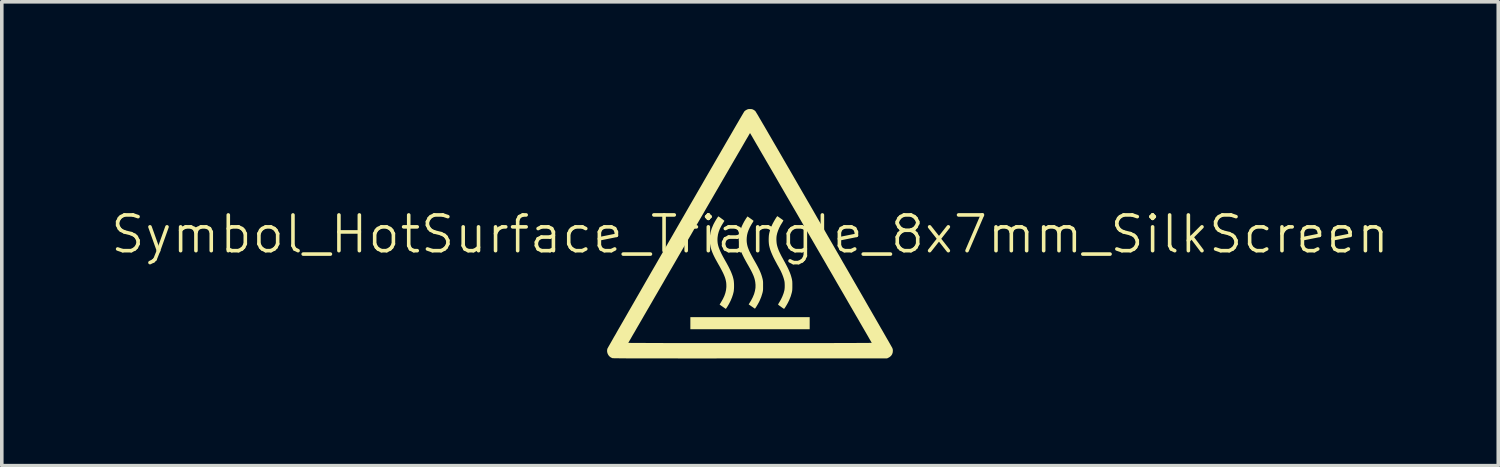
<source format=kicad_pcb>
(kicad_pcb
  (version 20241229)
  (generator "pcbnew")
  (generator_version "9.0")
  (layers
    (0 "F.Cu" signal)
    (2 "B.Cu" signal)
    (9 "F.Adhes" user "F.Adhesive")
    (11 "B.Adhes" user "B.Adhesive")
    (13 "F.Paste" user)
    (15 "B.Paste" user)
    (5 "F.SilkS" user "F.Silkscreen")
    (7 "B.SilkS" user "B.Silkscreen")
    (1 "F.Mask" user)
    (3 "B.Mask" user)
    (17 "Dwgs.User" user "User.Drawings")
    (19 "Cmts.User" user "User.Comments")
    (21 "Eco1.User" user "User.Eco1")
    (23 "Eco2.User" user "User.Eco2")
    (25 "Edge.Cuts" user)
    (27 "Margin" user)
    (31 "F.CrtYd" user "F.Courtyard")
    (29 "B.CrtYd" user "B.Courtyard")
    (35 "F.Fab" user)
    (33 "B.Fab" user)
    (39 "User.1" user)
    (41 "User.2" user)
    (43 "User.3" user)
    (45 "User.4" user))
  (footprint "Symbol_HotSurface_Triangle_8x7mm_SilkScreen"
    (layer "F.Cu")
    (at 17.931 4.005)
    (property "Reference" "Symbol_HotSurface_Triangle_8x7mm_SilkScreen" (at 0 -0.5 0) (unlocked yes) (layer "F.SilkS") (effects (font (size 1 1) (thickness 0.1))))
    (fp_poly (pts (xy 1.669 1.986) (xy 1.669 2.155) (xy 0 2.155) (xy -1.669 2.155) (xy -1.669 1.986) (xy -1.669 1.817) (xy 0 1.817) (xy 1.669 1.817)) (stroke (width 0) (type solid)) (fill yes) (layer "F.SilkS"))
    (fp_poly (pts (xy -0.879 -0.998) (xy -0.864 -0.989) (xy -0.844 -0.975) (xy -0.82 -0.958) (xy -0.795 -0.939) (xy -0.77 -0.921) (xy -0.748 -0.904) (xy -0.731 -0.89) (xy -0.72 -0.88) (xy -0.717 -0.877) (xy -0.721 -0.869) (xy -0.73 -0.854) (xy -0.743 -0.834) (xy -0.752 -0.819) (xy -0.804 -0.733) (xy -0.845 -0.651) (xy -0.876 -0.571) (xy -0.897 -0.491) (xy -0.908 -0.412) (xy -0.91 -0.383) (xy -0.911 -0.334) (xy -0.908 -0.285) (xy -0.902 -0.237) (xy -0.891 -0.187) (xy -0.875 -0.134) (xy -0.854 -0.078) (xy -0.827 -0.017) (xy -0.795 0.051) (xy -0.756 0.125) (xy -0.71 0.208) (xy -0.691 0.241) (xy -0.641 0.331) (xy -0.598 0.411) (xy -0.562 0.484) (xy -0.531 0.551) (xy -0.506 0.614) (xy -0.485 0.672) (xy -0.469 0.729) (xy -0.458 0.777) (xy -0.453 0.816) (xy -0.449 0.864) (xy -0.447 0.917) (xy -0.447 0.972) (xy -0.449 1.025) (xy -0.453 1.072) (xy -0.458 1.107) (xy -0.477 1.183) (xy -0.504 1.264) (xy -0.537 1.344) (xy -0.549 1.37) (xy -0.568 1.407) (xy -0.588 1.446) (xy -0.61 1.484) (xy -0.631 1.519) (xy -0.65 1.549) (xy -0.665 1.571) (xy -0.667 1.573) (xy -0.678 1.586) (xy -0.764 1.526) (xy -0.793 1.506) (xy -0.817 1.489) (xy -0.836 1.475) (xy -0.847 1.467) (xy -0.85 1.464) (xy -0.847 1.458) (xy -0.838 1.444) (xy -0.826 1.424) (xy -0.812 1.401) (xy -0.76 1.311) (xy -0.719 1.225) (xy -0.69 1.141) (xy -0.671 1.058) (xy -0.662 0.975) (xy -0.662 0.942) (xy -0.663 0.894) (xy -0.667 0.848) (xy -0.675 0.803) (xy -0.686 0.756) (xy -0.701 0.707) (xy -0.721 0.655) (xy -0.746 0.598) (xy -0.777 0.535) (xy -0.813 0.466) (xy -0.856 0.387) (xy -0.884 0.339) (xy -0.929 0.258) (xy -0.969 0.186) (xy -1.002 0.121) (xy -1.03 0.063) (xy -1.053 0.009) (xy -1.072 -0.042) (xy -1.088 -0.091) (xy -1.101 -0.139) (xy -1.103 -0.147) (xy -1.122 -0.25) (xy -1.128 -0.354) (xy -1.121 -0.457) (xy -1.103 -0.56) (xy -1.072 -0.664) (xy -1.028 -0.768) (xy -1.017 -0.791) (xy -1.001 -0.82) (xy -0.984 -0.852) (xy -0.965 -0.884) (xy -0.946 -0.916) (xy -0.927 -0.945) (xy -0.911 -0.97) (xy -0.898 -0.989) (xy -0.889 -1) (xy -0.886 -1.002)) (stroke (width 0) (type solid)) (fill yes) (layer "F.SilkS"))
    (fp_poly (pts (xy 0.013 -0.942) (xy 0.041 -0.922) (xy 0.066 -0.904) (xy 0.084 -0.889) (xy 0.096 -0.88) (xy 0.099 -0.877) (xy 0.096 -0.87) (xy 0.088 -0.855) (xy 0.076 -0.834) (xy 0.062 -0.813) (xy 0.043 -0.782) (xy 0.022 -0.745) (xy 0.001 -0.707) (xy -0.01 -0.686) (xy -0.042 -0.614) (xy -0.066 -0.546) (xy -0.082 -0.481) (xy -0.091 -0.415) (xy -0.094 -0.353) (xy -0.093 -0.307) (xy -0.089 -0.262) (xy -0.082 -0.219) (xy -0.072 -0.174) (xy -0.058 -0.128) (xy -0.039 -0.078) (xy -0.016 -0.024) (xy 0.013 0.035) (xy 0.048 0.102) (xy 0.088 0.176) (xy 0.131 0.251) (xy 0.177 0.332) (xy 0.216 0.404) (xy 0.249 0.469) (xy 0.277 0.529) (xy 0.3 0.584) (xy 0.319 0.636) (xy 0.335 0.687) (xy 0.349 0.738) (xy 0.349 0.739) (xy 0.355 0.763) (xy 0.359 0.785) (xy 0.362 0.806) (xy 0.364 0.829) (xy 0.365 0.857) (xy 0.365 0.893) (xy 0.365 0.938) (xy 0.365 0.939) (xy 0.365 0.984) (xy 0.365 1.019) (xy 0.364 1.046) (xy 0.362 1.069) (xy 0.359 1.089) (xy 0.355 1.109) (xy 0.35 1.131) (xy 0.349 1.137) (xy 0.314 1.25) (xy 0.269 1.358) (xy 0.25 1.397) (xy 0.235 1.424) (xy 0.218 1.455) (xy 0.2 1.485) (xy 0.182 1.515) (xy 0.166 1.541) (xy 0.152 1.561) (xy 0.142 1.575) (xy 0.138 1.579) (xy 0.132 1.576) (xy 0.117 1.567) (xy 0.096 1.552) (xy 0.07 1.534) (xy 0.048 1.519) (xy -0.038 1.459) (xy -0.027 1.443) (xy 0.031 1.348) (xy 0.078 1.257) (xy 0.114 1.169) (xy 0.138 1.083) (xy 0.152 0.999) (xy 0.154 0.916) (xy 0.146 0.833) (xy 0.135 0.776) (xy 0.125 0.738) (xy 0.113 0.701) (xy 0.099 0.662) (xy 0.081 0.621) (xy 0.06 0.575) (xy 0.035 0.525) (xy 0.004 0.467) (xy -0.032 0.402) (xy -0.074 0.328) (xy -0.075 0.327) (xy -0.118 0.25) (xy -0.155 0.182) (xy -0.186 0.121) (xy -0.213 0.066) (xy -0.235 0.016) (xy -0.253 -0.031) (xy -0.268 -0.076) (xy -0.281 -0.122) (xy -0.284 -0.134) (xy -0.303 -0.234) (xy -0.312 -0.333) (xy -0.309 -0.43) (xy -0.294 -0.526) (xy -0.268 -0.624) (xy -0.23 -0.724) (xy -0.21 -0.767) (xy -0.186 -0.815) (xy -0.159 -0.865) (xy -0.13 -0.913) (xy -0.103 -0.956) (xy -0.089 -0.975) (xy -0.07 -1.001)) (stroke (width 0) (type solid)) (fill yes) (layer "F.SilkS"))
    (fp_poly (pts (xy 0.77 -1.005) (xy 0.784 -0.995) (xy 0.804 -0.982) (xy 0.828 -0.965) (xy 0.853 -0.947) (xy 0.879 -0.93) (xy 0.901 -0.913) (xy 0.919 -0.9) (xy 0.931 -0.891) (xy 0.933 -0.89) (xy 0.931 -0.883) (xy 0.924 -0.869) (xy 0.912 -0.848) (xy 0.897 -0.823) (xy 0.897 -0.823) (xy 0.853 -0.752) (xy 0.815 -0.677) (xy 0.784 -0.602) (xy 0.76 -0.53) (xy 0.745 -0.462) (xy 0.744 -0.458) (xy 0.739 -0.406) (xy 0.738 -0.348) (xy 0.741 -0.289) (xy 0.747 -0.235) (xy 0.75 -0.22) (xy 0.759 -0.179) (xy 0.771 -0.138) (xy 0.785 -0.097) (xy 0.802 -0.052) (xy 0.823 -0.004) (xy 0.849 0.049) (xy 0.879 0.109) (xy 0.916 0.176) (xy 0.95 0.239) (xy 0.995 0.321) (xy 1.033 0.393) (xy 1.066 0.459) (xy 1.093 0.519) (xy 1.116 0.574) (xy 1.135 0.626) (xy 1.151 0.677) (xy 1.165 0.728) (xy 1.17 0.749) (xy 1.175 0.774) (xy 1.179 0.797) (xy 1.182 0.821) (xy 1.183 0.848) (xy 1.184 0.881) (xy 1.184 0.924) (xy 1.184 0.939) (xy 1.184 0.984) (xy 1.183 1.018) (xy 1.182 1.046) (xy 1.18 1.07) (xy 1.177 1.091) (xy 1.172 1.114) (xy 1.168 1.133) (xy 1.138 1.236) (xy 1.096 1.34) (xy 1.068 1.398) (xy 1.052 1.429) (xy 1.034 1.461) (xy 1.015 1.493) (xy 0.997 1.523) (xy 0.98 1.549) (xy 0.966 1.569) (xy 0.956 1.582) (xy 0.952 1.585) (xy 0.945 1.582) (xy 0.93 1.572) (xy 0.909 1.558) (xy 0.884 1.54) (xy 0.87 1.53) (xy 0.843 1.51) (xy 0.819 1.493) (xy 0.8 1.479) (xy 0.789 1.471) (xy 0.787 1.469) (xy 0.787 1.46) (xy 0.795 1.442) (xy 0.811 1.415) (xy 0.816 1.407) (xy 0.866 1.32) (xy 0.908 1.231) (xy 0.941 1.143) (xy 0.96 1.072) (xy 0.966 1.035) (xy 0.97 0.989) (xy 0.971 0.939) (xy 0.97 0.888) (xy 0.967 0.841) (xy 0.961 0.802) (xy 0.96 0.8) (xy 0.945 0.742) (xy 0.924 0.677) (xy 0.898 0.611) (xy 0.869 0.545) (xy 0.839 0.485) (xy 0.838 0.484) (xy 0.83 0.469) (xy 0.816 0.445) (xy 0.8 0.414) (xy 0.78 0.379) (xy 0.759 0.342) (xy 0.753 0.33) (xy 0.702 0.235) (xy 0.658 0.15) (xy 0.622 0.072) (xy 0.592 0.001) (xy 0.567 -0.066) (xy 0.549 -0.128) (xy 0.535 -0.187) (xy 0.533 -0.196) (xy 0.527 -0.244) (xy 0.523 -0.3) (xy 0.522 -0.36) (xy 0.524 -0.419) (xy 0.528 -0.474) (xy 0.536 -0.521) (xy 0.536 -0.524) (xy 0.558 -0.608) (xy 0.586 -0.689) (xy 0.622 -0.773) (xy 0.628 -0.786) (xy 0.643 -0.815) (xy 0.66 -0.846) (xy 0.679 -0.88) (xy 0.698 -0.912) (xy 0.717 -0.943) (xy 0.734 -0.97) (xy 0.749 -0.991) (xy 0.759 -1.004) (xy 0.764 -1.008)) (stroke (width 0) (type solid)) (fill yes) (layer "F.SilkS"))
    (fp_poly (pts (xy 0.03 -4.004) (xy 0.052 -4.001) (xy 0.071 -3.996) (xy 0.089 -3.988) (xy 0.114 -3.974) (xy 0.138 -3.956) (xy 0.151 -3.944) (xy 0.155 -3.937) (xy 0.166 -3.92) (xy 0.182 -3.893) (xy 0.205 -3.856) (xy 0.233 -3.809) (xy 0.266 -3.751) (xy 0.306 -3.684) (xy 0.351 -3.606) (xy 0.403 -3.518) (xy 0.46 -3.42) (xy 0.523 -3.311) (xy 0.592 -3.193) (xy 0.667 -3.063) (xy 0.748 -2.924) (xy 0.835 -2.774) (xy 0.928 -2.613) (xy 1.027 -2.442) (xy 1.132 -2.261) (xy 1.243 -2.069) (xy 1.36 -1.866) (xy 1.483 -1.653) (xy 1.613 -1.429) (xy 1.749 -1.194) (xy 1.89 -0.948) (xy 2.038 -0.692) (xy 2.067 -0.642) (xy 2.176 -0.454) (xy 2.283 -0.269) (xy 2.388 -0.086) (xy 2.492 0.093) (xy 2.593 0.27) (xy 2.693 0.442) (xy 2.79 0.61) (xy 2.884 0.774) (xy 2.976 0.933) (xy 3.065 1.087) (xy 3.151 1.236) (xy 3.233 1.379) (xy 3.312 1.517) (xy 3.388 1.648) (xy 3.46 1.773) (xy 3.528 1.891) (xy 3.592 2.002) (xy 3.651 2.105) (xy 3.707 2.201) (xy 3.757 2.289) (xy 3.803 2.369) (xy 3.844 2.44) (xy 3.88 2.502) (xy 3.91 2.555) (xy 3.935 2.599) (xy 3.954 2.633) (xy 3.968 2.657) (xy 3.975 2.67) (xy 3.977 2.673) (xy 3.987 2.697) (xy 3.993 2.718) (xy 3.995 2.741) (xy 3.996 2.761) (xy 3.99 2.813) (xy 3.973 2.859) (xy 3.945 2.899) (xy 3.907 2.932) (xy 3.876 2.95) (xy 3.835 2.97) (xy 0.006 2.971) (xy -0.26 2.971) (xy -0.515 2.971) (xy -0.758 2.971) (xy -0.989 2.972) (xy -1.208 2.972) (xy -1.416 2.972) (xy -1.614 2.972) (xy -1.801 2.972) (xy -1.978 2.972) (xy -2.144 2.971) (xy -2.301 2.971) (xy -2.448 2.971) (xy -2.586 2.971) (xy -2.716 2.971) (xy -2.836 2.971) (xy -2.948 2.971) (xy -3.052 2.971) (xy -3.149 2.971) (xy -3.237 2.97) (xy -3.318 2.97) (xy -3.393 2.97) (xy -3.46 2.97) (xy -3.521 2.969) (xy -3.576 2.969) (xy -3.625 2.969) (xy -3.668 2.968) (xy -3.706 2.968) (xy -3.739 2.968) (xy -3.767 2.967) (xy -3.79 2.967) (xy -3.809 2.966) (xy -3.824 2.966) (xy -3.836 2.965) (xy -3.844 2.965) (xy -3.848 2.964) (xy -3.849 2.964) (xy -3.894 2.944) (xy -3.932 2.915) (xy -3.963 2.878) (xy -3.984 2.836) (xy -3.997 2.79) (xy -3.998 2.742) (xy -3.991 2.701) (xy -3.987 2.694) (xy -3.977 2.676) (xy -3.962 2.648) (xy -3.941 2.611) (xy -3.914 2.564) (xy -3.898 2.536) (xy -3.405 2.536) (xy -3.399 2.537) (xy -3.381 2.537) (xy -3.35 2.537) (xy -3.308 2.538) (xy -3.254 2.538) (xy -3.188 2.539) (xy -3.111 2.539) (xy -3.022 2.539) (xy -2.923 2.539) (xy -2.813 2.54) (xy -2.692 2.54) (xy -2.561 2.54) (xy -2.42 2.541) (xy -2.268 2.541) (xy -2.107 2.541) (xy -1.936 2.541) (xy -1.755 2.541) (xy -1.566 2.541) (xy -1.367 2.542) (xy -1.159 2.542) (xy -0.942 2.542) (xy -0.717 2.542) (xy -0.484 2.542) (xy -0.242 2.542) (xy 0 2.542) (xy 0.263 2.542) (xy 0.517 2.542) (xy 0.761 2.542) (xy 0.995 2.542) (xy 1.219 2.542) (xy 1.433 2.542) (xy 1.636 2.541) (xy 1.83 2.541) (xy 2.012 2.541) (xy 2.184 2.541) (xy 2.345 2.541) (xy 2.495 2.54) (xy 2.635 2.54) (xy 2.763 2.54) (xy 2.88 2.54) (xy 2.985 2.539) (xy 3.079 2.539) (xy 3.161 2.539) (xy 3.232 2.538) (xy 3.291 2.538) (xy 3.337 2.537) (xy 3.372 2.537) (xy 3.394 2.537) (xy 3.405 2.536) (xy 3.405 2.536) (xy 3.402 2.53) (xy 3.392 2.514) (xy 3.377 2.487) (xy 3.356 2.451) (xy 3.33 2.406) (xy 3.299 2.351) (xy 3.263 2.289) (xy 3.222 2.218) (xy 3.176 2.139) (xy 3.126 2.053) (xy 3.072 1.96) (xy 3.015 1.86) (xy 2.953 1.754) (xy 2.888 1.642) (xy 2.82 1.525) (xy 2.749 1.403) (xy 2.676 1.276) (xy 2.6 1.144) (xy 2.521 1.009) (xy 2.44 0.87) (xy 2.358 0.727) (xy 2.274 0.582) (xy 2.188 0.435) (xy 2.102 0.285) (xy 2.014 0.134) (xy 1.925 -0.019) (xy 1.836 -0.172) (xy 1.747 -0.326) (xy 1.657 -0.481) (xy 1.568 -0.635) (xy 1.479 -0.788) (xy 1.39 -0.941) (xy 1.303 -1.092) (xy 1.216 -1.241) (xy 1.13 -1.389) (xy 1.046 -1.533) (xy 0.964 -1.675) (xy 0.883 -1.814) (xy 0.805 -1.949) (xy 0.729 -2.081) (xy 0.655 -2.208) (xy 0.584 -2.33) (xy 0.516 -2.447) (xy 0.451 -2.558) (xy 0.39 -2.664) (xy 0.332 -2.763) (xy 0.278 -2.855) (xy 0.229 -2.941) (xy 0.183 -3.019) (xy 0.142 -3.09) (xy 0.106 -3.152) (xy 0.075 -3.206) (xy 0.049 -3.251) (xy 0.028 -3.286) (xy 0.013 -3.312) (xy 0.003 -3.328) (xy 0.0001 -3.333) (xy -0.003 -3.328) (xy -0.012 -3.312) (xy -0.028 -3.286) (xy -0.048 -3.25) (xy -0.074 -3.206) (xy -0.106 -3.152) (xy -0.142 -3.09) (xy -0.183 -3.019) (xy -0.228 -2.941) (xy -0.278 -2.855) (xy -0.332 -2.763) (xy -0.39 -2.663) (xy -0.451 -2.558) (xy -0.516 -2.446) (xy -0.584 -2.33) (xy -0.655 -2.207) (xy -0.728 -2.081) (xy -0.805 -1.949) (xy -0.883 -1.814) (xy -0.964 -1.675) (xy -1.046 -1.533) (xy -1.13 -1.389) (xy -1.216 -1.241) (xy -1.302 -1.092) (xy -1.39 -0.941) (xy -1.479 -0.788) (xy -1.568 -0.635) (xy -1.657 -0.48) (xy -1.747 -0.326) (xy -1.836 -0.172) (xy -1.925 -0.019) (xy -2.014 0.134) (xy -2.101 0.285) (xy -2.188 0.435) (xy -2.274 0.582) (xy -2.358 0.727) (xy -2.44 0.87) (xy -2.521 1.009) (xy -2.599 1.144) (xy -2.676 1.276) (xy -2.749 1.403) (xy -2.82 1.525) (xy -2.888 1.642) (xy -2.953 1.754) (xy -3.014 1.86) (xy -3.072 1.96) (xy -3.126 2.053) (xy -3.176 2.139) (xy -3.221 2.218) (xy -3.263 2.289) (xy -3.299 2.351) (xy -3.33 2.406) (xy -3.356 2.451) (xy -3.377 2.487) (xy -3.392 2.514) (xy -3.402 2.53) (xy -3.405 2.536) (xy -3.898 2.536) (xy -3.882 2.508) (xy -3.845 2.443) (xy -3.804 2.37) (xy -3.757 2.29) (xy -3.707 2.201) (xy -3.652 2.105) (xy -3.593 2.003) (xy -3.53 1.894) (xy -3.464 1.779) (xy -3.395 1.658) (xy -3.322 1.532) (xy -3.246 1.4) (xy -3.168 1.264) (xy -3.087 1.124) (xy -3.004 0.979) (xy -2.919 0.831) (xy -2.832 0.68) (xy -2.743 0.525) (xy -2.652 0.369) (xy -2.561 0.21) (xy -2.468 0.049) (xy -2.374 -0.113) (xy -2.28 -0.277) (xy -2.185 -0.441) (xy -2.091 -0.605) (xy -1.996 -0.77) (xy -1.901 -0.934) (xy -1.806 -1.098) (xy -1.713 -1.26) (xy -1.62 -1.421) (xy -1.527 -1.581) (xy -1.437 -1.738) (xy -1.347 -1.892) (xy -1.26 -2.044) (xy -1.174 -2.193) (xy -1.09 -2.338) (xy -1.008 -2.479) (xy -0.929 -2.616) (xy -0.852 -2.748) (xy -0.779 -2.875) (xy -0.708 -2.997) (xy -0.641 -3.113) (xy -0.577 -3.223) (xy -0.517 -3.326) (xy -0.461 -3.423) (xy -0.409 -3.513) (xy -0.361 -3.595) (xy -0.318 -3.669) (xy -0.28 -3.735) (xy -0.246 -3.792) (xy -0.218 -3.84) (xy -0.195 -3.879) (xy -0.177 -3.909) (xy -0.166 -3.928) (xy -0.16 -3.937) (xy -0.16 -3.937) (xy -0.138 -3.958) (xy -0.109 -3.977) (xy -0.095 -3.984) (xy -0.072 -3.995) (xy -0.054 -4.001) (xy -0.034 -4.004) (xy -0.008 -4.005) (xy -0.000093 -4.005)) (stroke (width 0) (type solid)) (fill yes) (layer "F.SilkS")))
  (gr_rect
    (start -3 -3)
    (end 38.862 9.976)
    (stroke (width 0.1) (type default))
    (fill no)
    (layer "Edge.Cuts")))
</source>
